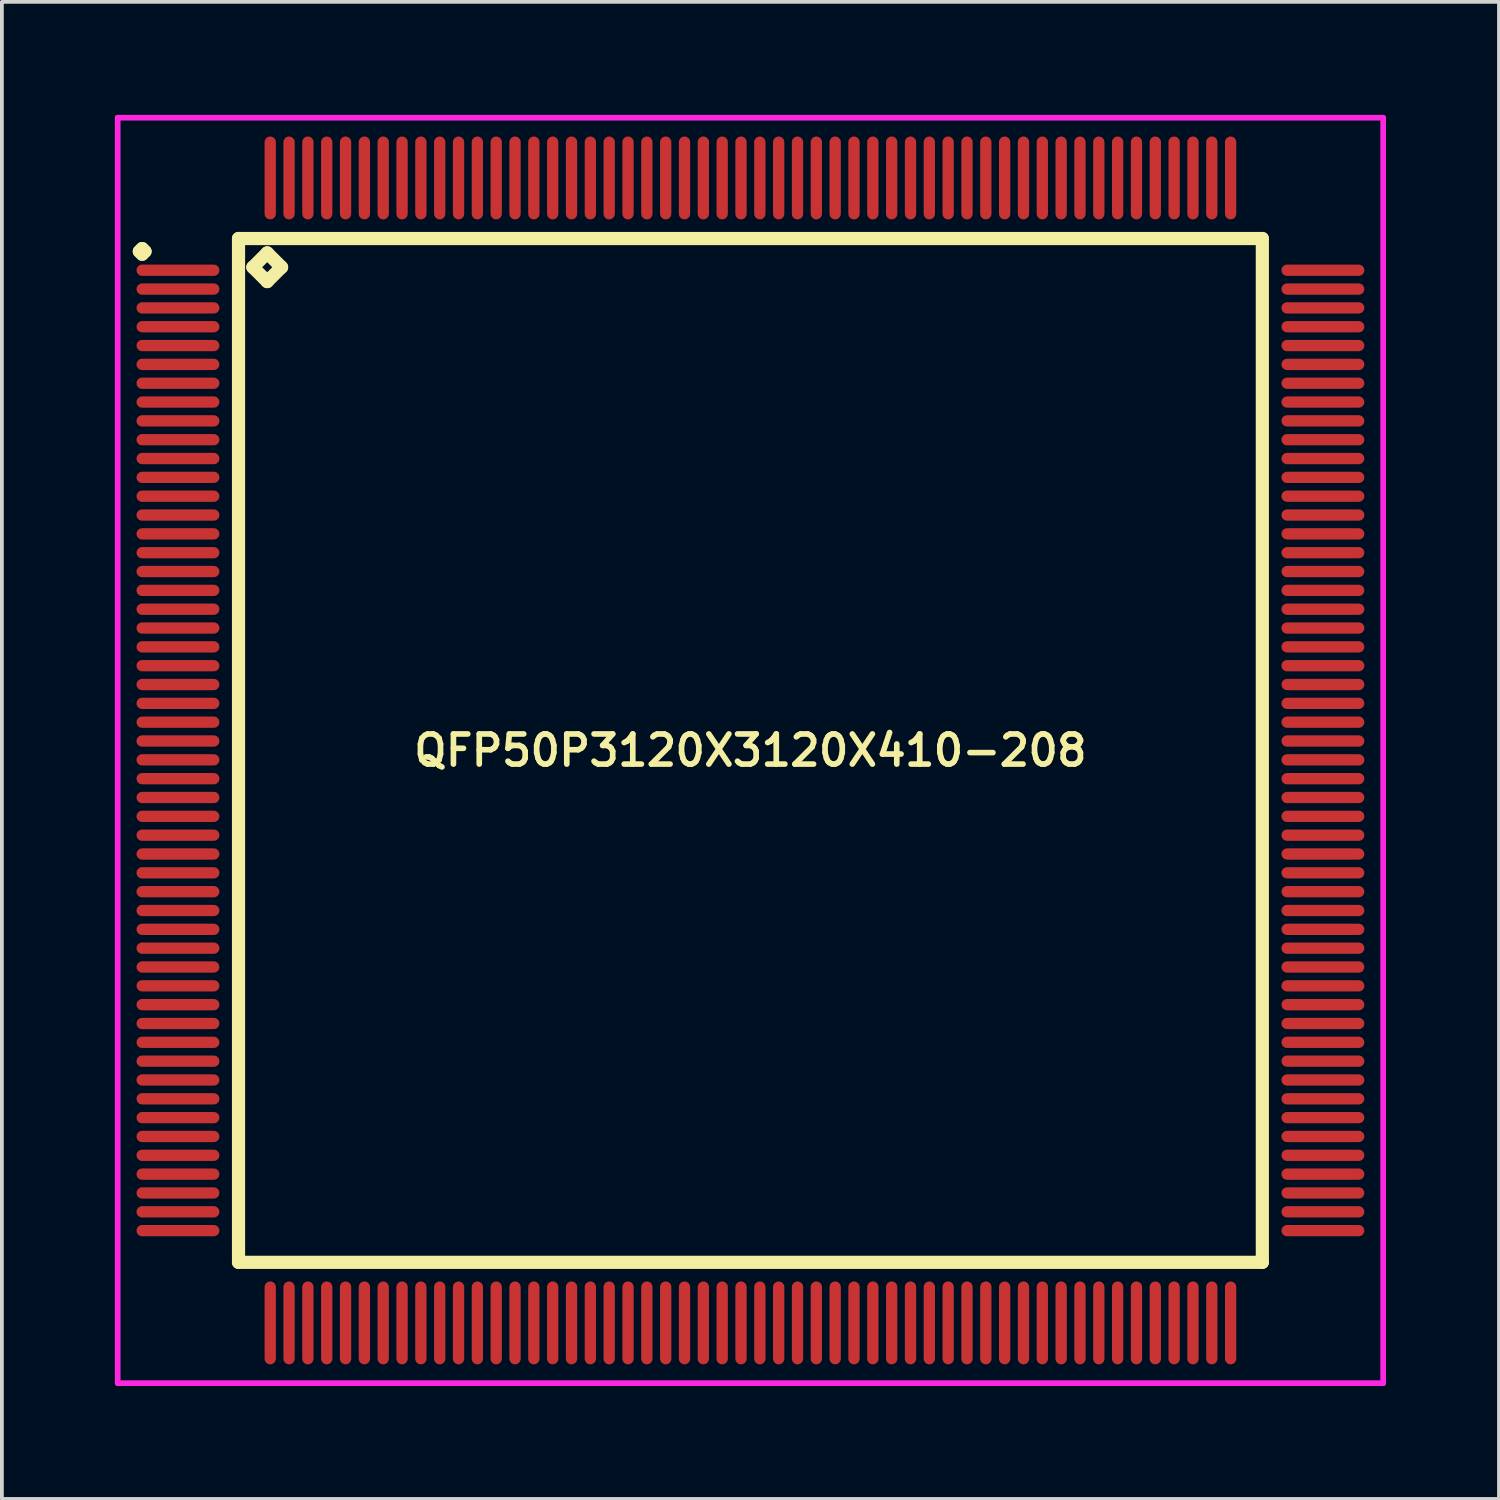
<source format=kicad_pcb>
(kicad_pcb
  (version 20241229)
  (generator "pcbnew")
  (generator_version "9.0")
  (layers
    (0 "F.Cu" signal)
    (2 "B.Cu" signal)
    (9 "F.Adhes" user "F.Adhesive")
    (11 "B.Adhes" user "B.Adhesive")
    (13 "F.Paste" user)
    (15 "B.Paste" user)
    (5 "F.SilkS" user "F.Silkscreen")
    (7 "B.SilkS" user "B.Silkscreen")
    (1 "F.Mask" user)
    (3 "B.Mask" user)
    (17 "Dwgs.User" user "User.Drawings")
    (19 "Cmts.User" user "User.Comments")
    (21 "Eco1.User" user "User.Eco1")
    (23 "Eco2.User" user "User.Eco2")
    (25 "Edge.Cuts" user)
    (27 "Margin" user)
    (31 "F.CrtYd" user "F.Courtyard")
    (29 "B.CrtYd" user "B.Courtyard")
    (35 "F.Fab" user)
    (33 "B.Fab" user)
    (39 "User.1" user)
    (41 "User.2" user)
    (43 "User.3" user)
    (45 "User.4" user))
  (footprint "QFP50P3120X3120X410-208"
    (layer "F.Cu")
    (at 16.875 16.875)
    (property "Reference" "QFP50P3120X3120X410-208" (at 0 0 0) (layer "F.SilkS") (effects (font (size 0.8 0.8) (thickness 0.15))))
    (attr smd)
    (fp_line (start -16.225 -13.25) (end -16.15 -13.325) (stroke (width 0.35) (type solid)) (layer "F.SilkS"))
    (fp_line (start -16.15 -13.325) (end -16.075 -13.25) (stroke (width 0.35) (type solid)) (layer "F.SilkS"))
    (fp_line (start -16.15 -13.175) (end -16.225 -13.25) (stroke (width 0.35) (type solid)) (layer "F.SilkS"))
    (fp_line (start -16.075 -13.25) (end -16.15 -13.175) (stroke (width 0.35) (type solid)) (layer "F.SilkS"))
    (fp_line (start -13.592 -13.592) (end -13.592 13.592) (stroke (width 0.35) (type solid)) (layer "F.SilkS"))
    (fp_line (start -13.592 13.592) (end 13.592 13.592) (stroke (width 0.35) (type solid)) (layer "F.SilkS"))
    (fp_line (start -13.211 -12.83) (end -12.83 -13.211) (stroke (width 0.35) (type solid)) (layer "F.SilkS"))
    (fp_line (start -12.83 -13.211) (end -12.449 -12.83) (stroke (width 0.35) (type solid)) (layer "F.SilkS"))
    (fp_line (start -12.83 -12.449) (end -13.211 -12.83) (stroke (width 0.35) (type solid)) (layer "F.SilkS"))
    (fp_line (start -12.449 -12.83) (end -12.83 -12.449) (stroke (width 0.35) (type solid)) (layer "F.SilkS"))
    (fp_line (start 13.592 -13.592) (end -13.592 -13.592) (stroke (width 0.35) (type solid)) (layer "F.SilkS"))
    (fp_line (start 13.592 13.592) (end 13.592 -13.592) (stroke (width 0.35) (type solid)) (layer "F.SilkS"))
    (fp_line (start -16.8 -16.8) (end 16.8 -16.8) (stroke (width 0.15) (type solid)) (layer "F.CrtYd"))
    (fp_line (start -16.8 16.8) (end -16.8 -16.8) (stroke (width 0.15) (type solid)) (layer "F.CrtYd"))
    (fp_line (start 16.8 -16.8) (end 16.8 16.8) (stroke (width 0.15) (type solid)) (layer "F.CrtYd"))
    (fp_line (start 16.8 16.8) (end -16.8 16.8) (stroke (width 0.15) (type solid)) (layer "F.CrtYd"))
    (pad "1" smd oval (at -15.2 -12.75) (size 2.2 0.3) (layers "F.Cu" "F.Mask" "F.Paste"))
    (pad "2" smd oval (at -15.2 -12.25) (size 2.2 0.3) (layers "F.Cu" "F.Mask" "F.Paste"))
    (pad "3" smd oval (at -15.2 -11.75) (size 2.2 0.3) (layers "F.Cu" "F.Mask" "F.Paste"))
    (pad "4" smd oval (at -15.2 -11.25) (size 2.2 0.3) (layers "F.Cu" "F.Mask" "F.Paste"))
    (pad "5" smd oval (at -15.2 -10.75) (size 2.2 0.3) (layers "F.Cu" "F.Mask" "F.Paste"))
    (pad "6" smd oval (at -15.2 -10.25) (size 2.2 0.3) (layers "F.Cu" "F.Mask" "F.Paste"))
    (pad "7" smd oval (at -15.2 -9.75) (size 2.2 0.3) (layers "F.Cu" "F.Mask" "F.Paste"))
    (pad "8" smd oval (at -15.2 -9.25) (size 2.2 0.3) (layers "F.Cu" "F.Mask" "F.Paste"))
    (pad "9" smd oval (at -15.2 -8.75) (size 2.2 0.3) (layers "F.Cu" "F.Mask" "F.Paste"))
    (pad "10" smd oval (at -15.2 -8.25) (size 2.2 0.3) (layers "F.Cu" "F.Mask" "F.Paste"))
    (pad "11" smd oval (at -15.2 -7.75) (size 2.2 0.3) (layers "F.Cu" "F.Mask" "F.Paste"))
    (pad "12" smd oval (at -15.2 -7.25) (size 2.2 0.3) (layers "F.Cu" "F.Mask" "F.Paste"))
    (pad "13" smd oval (at -15.2 -6.75) (size 2.2 0.3) (layers "F.Cu" "F.Mask" "F.Paste"))
    (pad "14" smd oval (at -15.2 -6.25) (size 2.2 0.3) (layers "F.Cu" "F.Mask" "F.Paste"))
    (pad "15" smd oval (at -15.2 -5.75) (size 2.2 0.3) (layers "F.Cu" "F.Mask" "F.Paste"))
    (pad "16" smd oval (at -15.2 -5.25) (size 2.2 0.3) (layers "F.Cu" "F.Mask" "F.Paste"))
    (pad "17" smd oval (at -15.2 -4.75) (size 2.2 0.3) (layers "F.Cu" "F.Mask" "F.Paste"))
    (pad "18" smd oval (at -15.2 -4.25) (size 2.2 0.3) (layers "F.Cu" "F.Mask" "F.Paste"))
    (pad "19" smd oval (at -15.2 -3.75) (size 2.2 0.3) (layers "F.Cu" "F.Mask" "F.Paste"))
    (pad "20" smd oval (at -15.2 -3.25) (size 2.2 0.3) (layers "F.Cu" "F.Mask" "F.Paste"))
    (pad "21" smd oval (at -15.2 -2.75) (size 2.2 0.3) (layers "F.Cu" "F.Mask" "F.Paste"))
    (pad "22" smd oval (at -15.2 -2.25) (size 2.2 0.3) (layers "F.Cu" "F.Mask" "F.Paste"))
    (pad "23" smd oval (at -15.2 -1.75) (size 2.2 0.3) (layers "F.Cu" "F.Mask" "F.Paste"))
    (pad "24" smd oval (at -15.2 -1.25) (size 2.2 0.3) (layers "F.Cu" "F.Mask" "F.Paste"))
    (pad "25" smd oval (at -15.2 -0.75) (size 2.2 0.3) (layers "F.Cu" "F.Mask" "F.Paste"))
    (pad "26" smd oval (at -15.2 -0.25) (size 2.2 0.3) (layers "F.Cu" "F.Mask" "F.Paste"))
    (pad "27" smd oval (at -15.2 0.25) (size 2.2 0.3) (layers "F.Cu" "F.Mask" "F.Paste"))
    (pad "28" smd oval (at -15.2 0.75) (size 2.2 0.3) (layers "F.Cu" "F.Mask" "F.Paste"))
    (pad "29" smd oval (at -15.2 1.25) (size 2.2 0.3) (layers "F.Cu" "F.Mask" "F.Paste"))
    (pad "30" smd oval (at -15.2 1.75) (size 2.2 0.3) (layers "F.Cu" "F.Mask" "F.Paste"))
    (pad "31" smd oval (at -15.2 2.25) (size 2.2 0.3) (layers "F.Cu" "F.Mask" "F.Paste"))
    (pad "32" smd oval (at -15.2 2.75) (size 2.2 0.3) (layers "F.Cu" "F.Mask" "F.Paste"))
    (pad "33" smd oval (at -15.2 3.25) (size 2.2 0.3) (layers "F.Cu" "F.Mask" "F.Paste"))
    (pad "34" smd oval (at -15.2 3.75) (size 2.2 0.3) (layers "F.Cu" "F.Mask" "F.Paste"))
    (pad "35" smd oval (at -15.2 4.25) (size 2.2 0.3) (layers "F.Cu" "F.Mask" "F.Paste"))
    (pad "36" smd oval (at -15.2 4.75) (size 2.2 0.3) (layers "F.Cu" "F.Mask" "F.Paste"))
    (pad "37" smd oval (at -15.2 5.25) (size 2.2 0.3) (layers "F.Cu" "F.Mask" "F.Paste"))
    (pad "38" smd oval (at -15.2 5.75) (size 2.2 0.3) (layers "F.Cu" "F.Mask" "F.Paste"))
    (pad "39" smd oval (at -15.2 6.25) (size 2.2 0.3) (layers "F.Cu" "F.Mask" "F.Paste"))
    (pad "40" smd oval (at -15.2 6.75) (size 2.2 0.3) (layers "F.Cu" "F.Mask" "F.Paste"))
    (pad "41" smd oval (at -15.2 7.25) (size 2.2 0.3) (layers "F.Cu" "F.Mask" "F.Paste"))
    (pad "42" smd oval (at -15.2 7.75) (size 2.2 0.3) (layers "F.Cu" "F.Mask" "F.Paste"))
    (pad "43" smd oval (at -15.2 8.25) (size 2.2 0.3) (layers "F.Cu" "F.Mask" "F.Paste"))
    (pad "44" smd oval (at -15.2 8.75) (size 2.2 0.3) (layers "F.Cu" "F.Mask" "F.Paste"))
    (pad "45" smd oval (at -15.2 9.25) (size 2.2 0.3) (layers "F.Cu" "F.Mask" "F.Paste"))
    (pad "46" smd oval (at -15.2 9.75) (size 2.2 0.3) (layers "F.Cu" "F.Mask" "F.Paste"))
    (pad "47" smd oval (at -15.2 10.25) (size 2.2 0.3) (layers "F.Cu" "F.Mask" "F.Paste"))
    (pad "48" smd oval (at -15.2 10.75) (size 2.2 0.3) (layers "F.Cu" "F.Mask" "F.Paste"))
    (pad "49" smd oval (at -15.2 11.25) (size 2.2 0.3) (layers "F.Cu" "F.Mask" "F.Paste"))
    (pad "50" smd oval (at -15.2 11.75) (size 2.2 0.3) (layers "F.Cu" "F.Mask" "F.Paste"))
    (pad "51" smd oval (at -15.2 12.25) (size 2.2 0.3) (layers "F.Cu" "F.Mask" "F.Paste"))
    (pad "52" smd oval (at -15.2 12.75) (size 2.2 0.3) (layers "F.Cu" "F.Mask" "F.Paste"))
    (pad "53" smd oval (at -12.75 15.2) (size 0.3 2.2) (layers "F.Cu" "F.Mask" "F.Paste"))
    (pad "54" smd oval (at -12.25 15.2) (size 0.3 2.2) (layers "F.Cu" "F.Mask" "F.Paste"))
    (pad "55" smd oval (at -11.75 15.2) (size 0.3 2.2) (layers "F.Cu" "F.Mask" "F.Paste"))
    (pad "56" smd oval (at -11.25 15.2) (size 0.3 2.2) (layers "F.Cu" "F.Mask" "F.Paste"))
    (pad "57" smd oval (at -10.75 15.2) (size 0.3 2.2) (layers "F.Cu" "F.Mask" "F.Paste"))
    (pad "58" smd oval (at -10.25 15.2) (size 0.3 2.2) (layers "F.Cu" "F.Mask" "F.Paste"))
    (pad "59" smd oval (at -9.75 15.2) (size 0.3 2.2) (layers "F.Cu" "F.Mask" "F.Paste"))
    (pad "60" smd oval (at -9.25 15.2) (size 0.3 2.2) (layers "F.Cu" "F.Mask" "F.Paste"))
    (pad "61" smd oval (at -8.75 15.2) (size 0.3 2.2) (layers "F.Cu" "F.Mask" "F.Paste"))
    (pad "62" smd oval (at -8.25 15.2) (size 0.3 2.2) (layers "F.Cu" "F.Mask" "F.Paste"))
    (pad "63" smd oval (at -7.75 15.2) (size 0.3 2.2) (layers "F.Cu" "F.Mask" "F.Paste"))
    (pad "64" smd oval (at -7.25 15.2) (size 0.3 2.2) (layers "F.Cu" "F.Mask" "F.Paste"))
    (pad "65" smd oval (at -6.75 15.2) (size 0.3 2.2) (layers "F.Cu" "F.Mask" "F.Paste"))
    (pad "66" smd oval (at -6.25 15.2) (size 0.3 2.2) (layers "F.Cu" "F.Mask" "F.Paste"))
    (pad "67" smd oval (at -5.75 15.2) (size 0.3 2.2) (layers "F.Cu" "F.Mask" "F.Paste"))
    (pad "68" smd oval (at -5.25 15.2) (size 0.3 2.2) (layers "F.Cu" "F.Mask" "F.Paste"))
    (pad "69" smd oval (at -4.75 15.2) (size 0.3 2.2) (layers "F.Cu" "F.Mask" "F.Paste"))
    (pad "70" smd oval (at -4.25 15.2) (size 0.3 2.2) (layers "F.Cu" "F.Mask" "F.Paste"))
    (pad "71" smd oval (at -3.75 15.2) (size 0.3 2.2) (layers "F.Cu" "F.Mask" "F.Paste"))
    (pad "72" smd oval (at -3.25 15.2) (size 0.3 2.2) (layers "F.Cu" "F.Mask" "F.Paste"))
    (pad "73" smd oval (at -2.75 15.2) (size 0.3 2.2) (layers "F.Cu" "F.Mask" "F.Paste"))
    (pad "74" smd oval (at -2.25 15.2) (size 0.3 2.2) (layers "F.Cu" "F.Mask" "F.Paste"))
    (pad "75" smd oval (at -1.75 15.2) (size 0.3 2.2) (layers "F.Cu" "F.Mask" "F.Paste"))
    (pad "76" smd oval (at -1.25 15.2) (size 0.3 2.2) (layers "F.Cu" "F.Mask" "F.Paste"))
    (pad "77" smd oval (at -0.75 15.2) (size 0.3 2.2) (layers "F.Cu" "F.Mask" "F.Paste"))
    (pad "78" smd oval (at -0.25 15.2) (size 0.3 2.2) (layers "F.Cu" "F.Mask" "F.Paste"))
    (pad "79" smd oval (at 0.25 15.2) (size 0.3 2.2) (layers "F.Cu" "F.Mask" "F.Paste"))
    (pad "80" smd oval (at 0.75 15.2) (size 0.3 2.2) (layers "F.Cu" "F.Mask" "F.Paste"))
    (pad "81" smd oval (at 1.25 15.2) (size 0.3 2.2) (layers "F.Cu" "F.Mask" "F.Paste"))
    (pad "82" smd oval (at 1.75 15.2) (size 0.3 2.2) (layers "F.Cu" "F.Mask" "F.Paste"))
    (pad "83" smd oval (at 2.25 15.2) (size 0.3 2.2) (layers "F.Cu" "F.Mask" "F.Paste"))
    (pad "84" smd oval (at 2.75 15.2) (size 0.3 2.2) (layers "F.Cu" "F.Mask" "F.Paste"))
    (pad "85" smd oval (at 3.25 15.2) (size 0.3 2.2) (layers "F.Cu" "F.Mask" "F.Paste"))
    (pad "86" smd oval (at 3.75 15.2) (size 0.3 2.2) (layers "F.Cu" "F.Mask" "F.Paste"))
    (pad "87" smd oval (at 4.25 15.2) (size 0.3 2.2) (layers "F.Cu" "F.Mask" "F.Paste"))
    (pad "88" smd oval (at 4.75 15.2) (size 0.3 2.2) (layers "F.Cu" "F.Mask" "F.Paste"))
    (pad "89" smd oval (at 5.25 15.2) (size 0.3 2.2) (layers "F.Cu" "F.Mask" "F.Paste"))
    (pad "90" smd oval (at 5.75 15.2) (size 0.3 2.2) (layers "F.Cu" "F.Mask" "F.Paste"))
    (pad "91" smd oval (at 6.25 15.2) (size 0.3 2.2) (layers "F.Cu" "F.Mask" "F.Paste"))
    (pad "92" smd oval (at 6.75 15.2) (size 0.3 2.2) (layers "F.Cu" "F.Mask" "F.Paste"))
    (pad "93" smd oval (at 7.25 15.2) (size 0.3 2.2) (layers "F.Cu" "F.Mask" "F.Paste"))
    (pad "94" smd oval (at 7.75 15.2) (size 0.3 2.2) (layers "F.Cu" "F.Mask" "F.Paste"))
    (pad "95" smd oval (at 8.25 15.2) (size 0.3 2.2) (layers "F.Cu" "F.Mask" "F.Paste"))
    (pad "96" smd oval (at 8.75 15.2) (size 0.3 2.2) (layers "F.Cu" "F.Mask" "F.Paste"))
    (pad "97" smd oval (at 9.25 15.2) (size 0.3 2.2) (layers "F.Cu" "F.Mask" "F.Paste"))
    (pad "98" smd oval (at 9.75 15.2) (size 0.3 2.2) (layers "F.Cu" "F.Mask" "F.Paste"))
    (pad "99" smd oval (at 10.25 15.2) (size 0.3 2.2) (layers "F.Cu" "F.Mask" "F.Paste"))
    (pad "100" smd oval (at 10.75 15.2) (size 0.3 2.2) (layers "F.Cu" "F.Mask" "F.Paste"))
    (pad "101" smd oval (at 11.25 15.2) (size 0.3 2.2) (layers "F.Cu" "F.Mask" "F.Paste"))
    (pad "102" smd oval (at 11.75 15.2) (size 0.3 2.2) (layers "F.Cu" "F.Mask" "F.Paste"))
    (pad "103" smd oval (at 12.25 15.2) (size 0.3 2.2) (layers "F.Cu" "F.Mask" "F.Paste"))
    (pad "104" smd oval (at 12.75 15.2) (size 0.3 2.2) (layers "F.Cu" "F.Mask" "F.Paste"))
    (pad "105" smd oval (at 15.2 12.75) (size 2.2 0.3) (layers "F.Cu" "F.Mask" "F.Paste"))
    (pad "106" smd oval (at 15.2 12.25) (size 2.2 0.3) (layers "F.Cu" "F.Mask" "F.Paste"))
    (pad "107" smd oval (at 15.2 11.75) (size 2.2 0.3) (layers "F.Cu" "F.Mask" "F.Paste"))
    (pad "108" smd oval (at 15.2 11.25) (size 2.2 0.3) (layers "F.Cu" "F.Mask" "F.Paste"))
    (pad "109" smd oval (at 15.2 10.75) (size 2.2 0.3) (layers "F.Cu" "F.Mask" "F.Paste"))
    (pad "110" smd oval (at 15.2 10.25) (size 2.2 0.3) (layers "F.Cu" "F.Mask" "F.Paste"))
    (pad "111" smd oval (at 15.2 9.75) (size 2.2 0.3) (layers "F.Cu" "F.Mask" "F.Paste"))
    (pad "112" smd oval (at 15.2 9.25) (size 2.2 0.3) (layers "F.Cu" "F.Mask" "F.Paste"))
    (pad "113" smd oval (at 15.2 8.75) (size 2.2 0.3) (layers "F.Cu" "F.Mask" "F.Paste"))
    (pad "114" smd oval (at 15.2 8.25) (size 2.2 0.3) (layers "F.Cu" "F.Mask" "F.Paste"))
    (pad "115" smd oval (at 15.2 7.75) (size 2.2 0.3) (layers "F.Cu" "F.Mask" "F.Paste"))
    (pad "116" smd oval (at 15.2 7.25) (size 2.2 0.3) (layers "F.Cu" "F.Mask" "F.Paste"))
    (pad "117" smd oval (at 15.2 6.75) (size 2.2 0.3) (layers "F.Cu" "F.Mask" "F.Paste"))
    (pad "118" smd oval (at 15.2 6.25) (size 2.2 0.3) (layers "F.Cu" "F.Mask" "F.Paste"))
    (pad "119" smd oval (at 15.2 5.75) (size 2.2 0.3) (layers "F.Cu" "F.Mask" "F.Paste"))
    (pad "120" smd oval (at 15.2 5.25) (size 2.2 0.3) (layers "F.Cu" "F.Mask" "F.Paste"))
    (pad "121" smd oval (at 15.2 4.75) (size 2.2 0.3) (layers "F.Cu" "F.Mask" "F.Paste"))
    (pad "122" smd oval (at 15.2 4.25) (size 2.2 0.3) (layers "F.Cu" "F.Mask" "F.Paste"))
    (pad "123" smd oval (at 15.2 3.75) (size 2.2 0.3) (layers "F.Cu" "F.Mask" "F.Paste"))
    (pad "124" smd oval (at 15.2 3.25) (size 2.2 0.3) (layers "F.Cu" "F.Mask" "F.Paste"))
    (pad "125" smd oval (at 15.2 2.75) (size 2.2 0.3) (layers "F.Cu" "F.Mask" "F.Paste"))
    (pad "126" smd oval (at 15.2 2.25) (size 2.2 0.3) (layers "F.Cu" "F.Mask" "F.Paste"))
    (pad "127" smd oval (at 15.2 1.75) (size 2.2 0.3) (layers "F.Cu" "F.Mask" "F.Paste"))
    (pad "128" smd oval (at 15.2 1.25) (size 2.2 0.3) (layers "F.Cu" "F.Mask" "F.Paste"))
    (pad "129" smd oval (at 15.2 0.75) (size 2.2 0.3) (layers "F.Cu" "F.Mask" "F.Paste"))
    (pad "130" smd oval (at 15.2 0.25) (size 2.2 0.3) (layers "F.Cu" "F.Mask" "F.Paste"))
    (pad "131" smd oval (at 15.2 -0.25) (size 2.2 0.3) (layers "F.Cu" "F.Mask" "F.Paste"))
    (pad "132" smd oval (at 15.2 -0.75) (size 2.2 0.3) (layers "F.Cu" "F.Mask" "F.Paste"))
    (pad "133" smd oval (at 15.2 -1.25) (size 2.2 0.3) (layers "F.Cu" "F.Mask" "F.Paste"))
    (pad "134" smd oval (at 15.2 -1.75) (size 2.2 0.3) (layers "F.Cu" "F.Mask" "F.Paste"))
    (pad "135" smd oval (at 15.2 -2.25) (size 2.2 0.3) (layers "F.Cu" "F.Mask" "F.Paste"))
    (pad "136" smd oval (at 15.2 -2.75) (size 2.2 0.3) (layers "F.Cu" "F.Mask" "F.Paste"))
    (pad "137" smd oval (at 15.2 -3.25) (size 2.2 0.3) (layers "F.Cu" "F.Mask" "F.Paste"))
    (pad "138" smd oval (at 15.2 -3.75) (size 2.2 0.3) (layers "F.Cu" "F.Mask" "F.Paste"))
    (pad "139" smd oval (at 15.2 -4.25) (size 2.2 0.3) (layers "F.Cu" "F.Mask" "F.Paste"))
    (pad "140" smd oval (at 15.2 -4.75) (size 2.2 0.3) (layers "F.Cu" "F.Mask" "F.Paste"))
    (pad "141" smd oval (at 15.2 -5.25) (size 2.2 0.3) (layers "F.Cu" "F.Mask" "F.Paste"))
    (pad "142" smd oval (at 15.2 -5.75) (size 2.2 0.3) (layers "F.Cu" "F.Mask" "F.Paste"))
    (pad "143" smd oval (at 15.2 -6.25) (size 2.2 0.3) (layers "F.Cu" "F.Mask" "F.Paste"))
    (pad "144" smd oval (at 15.2 -6.75) (size 2.2 0.3) (layers "F.Cu" "F.Mask" "F.Paste"))
    (pad "145" smd oval (at 15.2 -7.25) (size 2.2 0.3) (layers "F.Cu" "F.Mask" "F.Paste"))
    (pad "146" smd oval (at 15.2 -7.75) (size 2.2 0.3) (layers "F.Cu" "F.Mask" "F.Paste"))
    (pad "147" smd oval (at 15.2 -8.25) (size 2.2 0.3) (layers "F.Cu" "F.Mask" "F.Paste"))
    (pad "148" smd oval (at 15.2 -8.75) (size 2.2 0.3) (layers "F.Cu" "F.Mask" "F.Paste"))
    (pad "149" smd oval (at 15.2 -9.25) (size 2.2 0.3) (layers "F.Cu" "F.Mask" "F.Paste"))
    (pad "150" smd oval (at 15.2 -9.75) (size 2.2 0.3) (layers "F.Cu" "F.Mask" "F.Paste"))
    (pad "151" smd oval (at 15.2 -10.25) (size 2.2 0.3) (layers "F.Cu" "F.Mask" "F.Paste"))
    (pad "152" smd oval (at 15.2 -10.75) (size 2.2 0.3) (layers "F.Cu" "F.Mask" "F.Paste"))
    (pad "153" smd oval (at 15.2 -11.25) (size 2.2 0.3) (layers "F.Cu" "F.Mask" "F.Paste"))
    (pad "154" smd oval (at 15.2 -11.75) (size 2.2 0.3) (layers "F.Cu" "F.Mask" "F.Paste"))
    (pad "155" smd oval (at 15.2 -12.25) (size 2.2 0.3) (layers "F.Cu" "F.Mask" "F.Paste"))
    (pad "156" smd oval (at 15.2 -12.75) (size 2.2 0.3) (layers "F.Cu" "F.Mask" "F.Paste"))
    (pad "157" smd oval (at 12.75 -15.2) (size 0.3 2.2) (layers "F.Cu" "F.Mask" "F.Paste"))
    (pad "158" smd oval (at 12.25 -15.2) (size 0.3 2.2) (layers "F.Cu" "F.Mask" "F.Paste"))
    (pad "159" smd oval (at 11.75 -15.2) (size 0.3 2.2) (layers "F.Cu" "F.Mask" "F.Paste"))
    (pad "160" smd oval (at 11.25 -15.2) (size 0.3 2.2) (layers "F.Cu" "F.Mask" "F.Paste"))
    (pad "161" smd oval (at 10.75 -15.2) (size 0.3 2.2) (layers "F.Cu" "F.Mask" "F.Paste"))
    (pad "162" smd oval (at 10.25 -15.2) (size 0.3 2.2) (layers "F.Cu" "F.Mask" "F.Paste"))
    (pad "163" smd oval (at 9.75 -15.2) (size 0.3 2.2) (layers "F.Cu" "F.Mask" "F.Paste"))
    (pad "164" smd oval (at 9.25 -15.2) (size 0.3 2.2) (layers "F.Cu" "F.Mask" "F.Paste"))
    (pad "165" smd oval (at 8.75 -15.2) (size 0.3 2.2) (layers "F.Cu" "F.Mask" "F.Paste"))
    (pad "166" smd oval (at 8.25 -15.2) (size 0.3 2.2) (layers "F.Cu" "F.Mask" "F.Paste"))
    (pad "167" smd oval (at 7.75 -15.2) (size 0.3 2.2) (layers "F.Cu" "F.Mask" "F.Paste"))
    (pad "168" smd oval (at 7.25 -15.2) (size 0.3 2.2) (layers "F.Cu" "F.Mask" "F.Paste"))
    (pad "169" smd oval (at 6.75 -15.2) (size 0.3 2.2) (layers "F.Cu" "F.Mask" "F.Paste"))
    (pad "170" smd oval (at 6.25 -15.2) (size 0.3 2.2) (layers "F.Cu" "F.Mask" "F.Paste"))
    (pad "171" smd oval (at 5.75 -15.2) (size 0.3 2.2) (layers "F.Cu" "F.Mask" "F.Paste"))
    (pad "172" smd oval (at 5.25 -15.2) (size 0.3 2.2) (layers "F.Cu" "F.Mask" "F.Paste"))
    (pad "173" smd oval (at 4.75 -15.2) (size 0.3 2.2) (layers "F.Cu" "F.Mask" "F.Paste"))
    (pad "174" smd oval (at 4.25 -15.2) (size 0.3 2.2) (layers "F.Cu" "F.Mask" "F.Paste"))
    (pad "175" smd oval (at 3.75 -15.2) (size 0.3 2.2) (layers "F.Cu" "F.Mask" "F.Paste"))
    (pad "176" smd oval (at 3.25 -15.2) (size 0.3 2.2) (layers "F.Cu" "F.Mask" "F.Paste"))
    (pad "177" smd oval (at 2.75 -15.2) (size 0.3 2.2) (layers "F.Cu" "F.Mask" "F.Paste"))
    (pad "178" smd oval (at 2.25 -15.2) (size 0.3 2.2) (layers "F.Cu" "F.Mask" "F.Paste"))
    (pad "179" smd oval (at 1.75 -15.2) (size 0.3 2.2) (layers "F.Cu" "F.Mask" "F.Paste"))
    (pad "180" smd oval (at 1.25 -15.2) (size 0.3 2.2) (layers "F.Cu" "F.Mask" "F.Paste"))
    (pad "181" smd oval (at 0.75 -15.2) (size 0.3 2.2) (layers "F.Cu" "F.Mask" "F.Paste"))
    (pad "182" smd oval (at 0.25 -15.2) (size 0.3 2.2) (layers "F.Cu" "F.Mask" "F.Paste"))
    (pad "183" smd oval (at -0.25 -15.2) (size 0.3 2.2) (layers "F.Cu" "F.Mask" "F.Paste"))
    (pad "184" smd oval (at -0.75 -15.2) (size 0.3 2.2) (layers "F.Cu" "F.Mask" "F.Paste"))
    (pad "185" smd oval (at -1.25 -15.2) (size 0.3 2.2) (layers "F.Cu" "F.Mask" "F.Paste"))
    (pad "186" smd oval (at -1.75 -15.2) (size 0.3 2.2) (layers "F.Cu" "F.Mask" "F.Paste"))
    (pad "187" smd oval (at -2.25 -15.2) (size 0.3 2.2) (layers "F.Cu" "F.Mask" "F.Paste"))
    (pad "188" smd oval (at -2.75 -15.2) (size 0.3 2.2) (layers "F.Cu" "F.Mask" "F.Paste"))
    (pad "189" smd oval (at -3.25 -15.2) (size 0.3 2.2) (layers "F.Cu" "F.Mask" "F.Paste"))
    (pad "190" smd oval (at -3.75 -15.2) (size 0.3 2.2) (layers "F.Cu" "F.Mask" "F.Paste"))
    (pad "191" smd oval (at -4.25 -15.2) (size 0.3 2.2) (layers "F.Cu" "F.Mask" "F.Paste"))
    (pad "192" smd oval (at -4.75 -15.2) (size 0.3 2.2) (layers "F.Cu" "F.Mask" "F.Paste"))
    (pad "193" smd oval (at -5.25 -15.2) (size 0.3 2.2) (layers "F.Cu" "F.Mask" "F.Paste"))
    (pad "194" smd oval (at -5.75 -15.2) (size 0.3 2.2) (layers "F.Cu" "F.Mask" "F.Paste"))
    (pad "195" smd oval (at -6.25 -15.2) (size 0.3 2.2) (layers "F.Cu" "F.Mask" "F.Paste"))
    (pad "196" smd oval (at -6.75 -15.2) (size 0.3 2.2) (layers "F.Cu" "F.Mask" "F.Paste"))
    (pad "197" smd oval (at -7.25 -15.2) (size 0.3 2.2) (layers "F.Cu" "F.Mask" "F.Paste"))
    (pad "198" smd oval (at -7.75 -15.2) (size 0.3 2.2) (layers "F.Cu" "F.Mask" "F.Paste"))
    (pad "199" smd oval (at -8.25 -15.2) (size 0.3 2.2) (layers "F.Cu" "F.Mask" "F.Paste"))
    (pad "200" smd oval (at -8.75 -15.2) (size 0.3 2.2) (layers "F.Cu" "F.Mask" "F.Paste"))
    (pad "201" smd oval (at -9.25 -15.2) (size 0.3 2.2) (layers "F.Cu" "F.Mask" "F.Paste"))
    (pad "202" smd oval (at -9.75 -15.2) (size 0.3 2.2) (layers "F.Cu" "F.Mask" "F.Paste"))
    (pad "203" smd oval (at -10.25 -15.2) (size 0.3 2.2) (layers "F.Cu" "F.Mask" "F.Paste"))
    (pad "204" smd oval (at -10.75 -15.2) (size 0.3 2.2) (layers "F.Cu" "F.Mask" "F.Paste"))
    (pad "205" smd oval (at -11.25 -15.2) (size 0.3 2.2) (layers "F.Cu" "F.Mask" "F.Paste"))
    (pad "206" smd oval (at -11.75 -15.2) (size 0.3 2.2) (layers "F.Cu" "F.Mask" "F.Paste"))
    (pad "207" smd oval (at -12.25 -15.2) (size 0.3 2.2) (layers "F.Cu" "F.Mask" "F.Paste"))
    (pad "208" smd oval (at -12.75 -15.2) (size 0.3 2.2) (layers "F.Cu" "F.Mask" "F.Paste")))
  (gr_rect
    (start -3 -3)
    (end 36.75 36.75)
    (stroke (width 0.1) (type default))
    (fill no)
    (layer "Edge.Cuts")))
</source>
